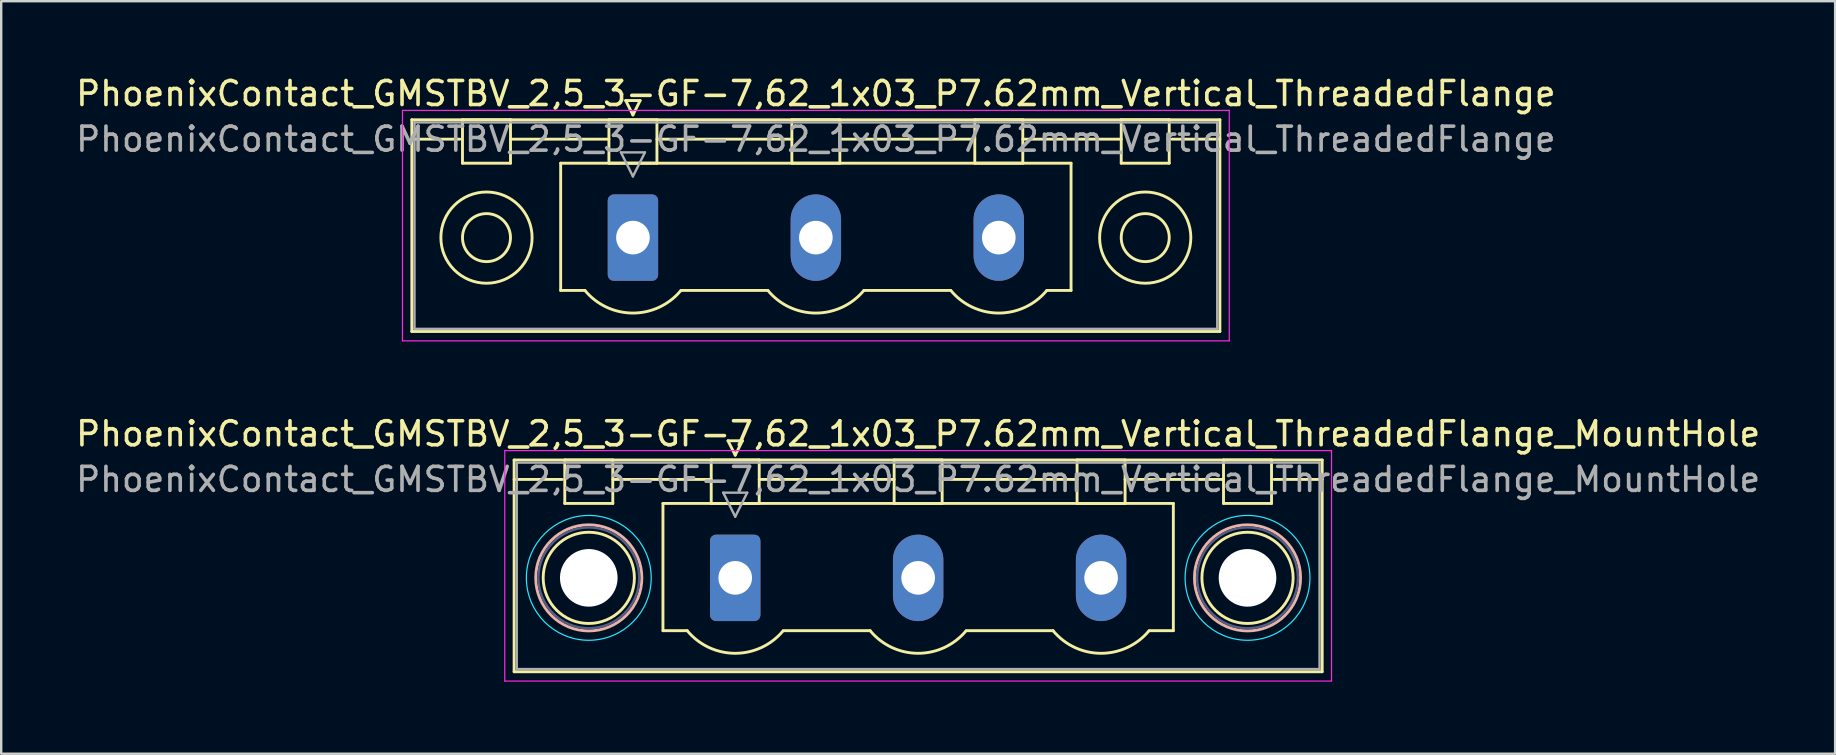
<source format=kicad_pcb>
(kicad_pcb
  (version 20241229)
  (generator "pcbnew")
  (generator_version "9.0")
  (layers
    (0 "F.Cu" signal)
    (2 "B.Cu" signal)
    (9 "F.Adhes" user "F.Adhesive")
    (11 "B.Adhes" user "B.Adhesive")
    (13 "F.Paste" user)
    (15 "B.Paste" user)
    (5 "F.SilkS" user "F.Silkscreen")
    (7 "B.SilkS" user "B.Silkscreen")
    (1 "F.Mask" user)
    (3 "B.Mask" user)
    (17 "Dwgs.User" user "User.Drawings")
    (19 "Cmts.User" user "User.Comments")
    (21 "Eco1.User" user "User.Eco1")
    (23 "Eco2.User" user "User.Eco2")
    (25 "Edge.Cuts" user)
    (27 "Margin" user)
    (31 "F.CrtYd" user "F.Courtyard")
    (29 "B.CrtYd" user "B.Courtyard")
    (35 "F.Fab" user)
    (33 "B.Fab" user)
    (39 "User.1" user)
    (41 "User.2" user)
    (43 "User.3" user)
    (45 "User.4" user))
  (footprint "PhoenixContact_GMSTBV_2,5_3-GF-7,62_1x03_P7.62mm_Vertical_ThreadedFlange_MountHole"
    (layer "F.Cu")
    (at 27.576 21.021)
    (property "Reference" "PhoenixContact_GMSTBV_2,5_3-GF-7,62_1x03_P7.62mm_Vertical_ThreadedFlange_MountHole" (at 7.62 -6 0) (layer "F.SilkS") (effects (font (size 1 1) (thickness 0.15))))
    (attr through_hole)
    (fp_line (start -9.21 -4.91) (end -9.21 3.91) (stroke (width 0.12) (type solid)) (layer "F.SilkS"))
    (fp_line (start -9.21 -4.1) (end -7.21 -4.1) (stroke (width 0.12) (type solid)) (layer "F.SilkS"))
    (fp_line (start -9.21 3.91) (end 24.45 3.91) (stroke (width 0.12) (type solid)) (layer "F.SilkS"))
    (fp_line (start -7.1 -4.91) (end -5.1 -4.91) (stroke (width 0.12) (type solid)) (layer "F.SilkS"))
    (fp_line (start -7.1 -3.1) (end -7.1 -4.91) (stroke (width 0.12) (type solid)) (layer "F.SilkS"))
    (fp_line (start -5.1 -4.91) (end -5.1 -3.1) (stroke (width 0.12) (type solid)) (layer "F.SilkS"))
    (fp_line (start -5.1 -4.1) (end -1 -4.1) (stroke (width 0.12) (type solid)) (layer "F.SilkS"))
    (fp_line (start -5.1 -3.1) (end -7.1 -3.1) (stroke (width 0.12) (type solid)) (layer "F.SilkS"))
    (fp_line (start -3.01 -3.1) (end 18.25 -3.1) (stroke (width 0.12) (type solid)) (layer "F.SilkS"))
    (fp_line (start -3.01 2.2) (end -3.01 -3.1) (stroke (width 0.12) (type solid)) (layer "F.SilkS"))
    (fp_line (start -2 2.2) (end -3.01 2.2) (stroke (width 0.12) (type solid)) (layer "F.SilkS"))
    (fp_line (start -1 -4.91) (end 1 -4.91) (stroke (width 0.12) (type solid)) (layer "F.SilkS"))
    (fp_line (start -1 -3.1) (end -1 -4.91) (stroke (width 0.12) (type solid)) (layer "F.SilkS"))
    (fp_line (start -0.3 -5.71) (end 0.3 -5.71) (stroke (width 0.12) (type solid)) (layer "F.SilkS"))
    (fp_line (start 0 -5.11) (end -0.3 -5.71) (stroke (width 0.12) (type solid)) (layer "F.SilkS"))
    (fp_line (start 0.3 -5.71) (end 0 -5.11) (stroke (width 0.12) (type solid)) (layer "F.SilkS"))
    (fp_line (start 1 -4.91) (end 1 -3.1) (stroke (width 0.12) (type solid)) (layer "F.SilkS"))
    (fp_line (start 1 -4.1) (end 6.62 -4.1) (stroke (width 0.12) (type solid)) (layer "F.SilkS"))
    (fp_line (start 1 -3.1) (end -1 -3.1) (stroke (width 0.12) (type solid)) (layer "F.SilkS"))
    (fp_line (start 2 2.2) (end 5.62 2.2) (stroke (width 0.12) (type solid)) (layer "F.SilkS"))
    (fp_line (start 6.62 -4.91) (end 8.62 -4.91) (stroke (width 0.12) (type solid)) (layer "F.SilkS"))
    (fp_line (start 6.62 -3.1) (end 6.62 -4.91) (stroke (width 0.12) (type solid)) (layer "F.SilkS"))
    (fp_line (start 8.62 -4.91) (end 8.62 -3.1) (stroke (width 0.12) (type solid)) (layer "F.SilkS"))
    (fp_line (start 8.62 -4.1) (end 14.24 -4.1) (stroke (width 0.12) (type solid)) (layer "F.SilkS"))
    (fp_line (start 8.62 -3.1) (end 6.62 -3.1) (stroke (width 0.12) (type solid)) (layer "F.SilkS"))
    (fp_line (start 9.62 2.2) (end 13.24 2.2) (stroke (width 0.12) (type solid)) (layer "F.SilkS"))
    (fp_line (start 14.24 -4.91) (end 16.24 -4.91) (stroke (width 0.12) (type solid)) (layer "F.SilkS"))
    (fp_line (start 14.24 -3.1) (end 14.24 -4.91) (stroke (width 0.12) (type solid)) (layer "F.SilkS"))
    (fp_line (start 16.24 -4.91) (end 16.24 -3.1) (stroke (width 0.12) (type solid)) (layer "F.SilkS"))
    (fp_line (start 16.24 -4.1) (end 20.34 -4.1) (stroke (width 0.12) (type solid)) (layer "F.SilkS"))
    (fp_line (start 16.24 -3.1) (end 14.24 -3.1) (stroke (width 0.12) (type solid)) (layer "F.SilkS"))
    (fp_line (start 18.25 -3.1) (end 18.25 2.2) (stroke (width 0.12) (type solid)) (layer "F.SilkS"))
    (fp_line (start 18.25 2.2) (end 17.24 2.2) (stroke (width 0.12) (type solid)) (layer "F.SilkS"))
    (fp_line (start 20.34 -4.91) (end 22.34 -4.91) (stroke (width 0.12) (type solid)) (layer "F.SilkS"))
    (fp_line (start 20.34 -3.1) (end 20.34 -4.91) (stroke (width 0.12) (type solid)) (layer "F.SilkS"))
    (fp_line (start 22.34 -4.91) (end 22.34 -3.1) (stroke (width 0.12) (type solid)) (layer "F.SilkS"))
    (fp_line (start 22.34 -3.1) (end 20.34 -3.1) (stroke (width 0.12) (type solid)) (layer "F.SilkS"))
    (fp_line (start 24.45 -4.91) (end -9.21 -4.91) (stroke (width 0.12) (type solid)) (layer "F.SilkS"))
    (fp_line (start 24.45 -4.1) (end 22.45 -4.1) (stroke (width 0.12) (type solid)) (layer "F.SilkS"))
    (fp_line (start 24.45 3.91) (end 24.45 -4.91) (stroke (width 0.12) (type solid)) (layer "F.SilkS"))
    (fp_arc (start 1.986842 2.215821) (mid -0.010289 3.142758) (end -2 2.2) (stroke (width 0.12) (type solid)) (layer "F.SilkS"))
    (fp_arc (start 9.606842 2.215821) (mid 7.609711 3.142758) (end 5.62 2.2) (stroke (width 0.12) (type solid)) (layer "F.SilkS"))
    (fp_arc (start 17.226842 2.215821) (mid 15.229711 3.142758) (end 13.24 2.2) (stroke (width 0.12) (type solid)) (layer "F.SilkS"))
    (fp_circle (center -6.1 0) (end -4.2 0) (stroke (width 0.12) (type solid)) (fill no) (layer "F.SilkS"))
    (fp_circle (center 21.34 0) (end 23.24 0) (stroke (width 0.12) (type solid)) (fill no) (layer "F.SilkS"))
    (fp_circle (center -6.1 0) (end -3.89 0) (stroke (width 0.12) (type solid)) (fill no) (layer "B.SilkS"))
    (fp_circle (center 21.34 0) (end 23.55 0) (stroke (width 0.12) (type solid)) (fill no) (layer "B.SilkS"))
    (fp_circle (center -6.1 0) (end -3.5 0) (stroke (width 0.05) (type solid)) (fill no) (layer "B.CrtYd"))
    (fp_circle (center 21.34 0) (end 23.94 0) (stroke (width 0.05) (type solid)) (fill no) (layer "B.CrtYd"))
    (fp_line (start -9.6 -5.3) (end -9.6 4.3) (stroke (width 0.05) (type solid)) (layer "F.CrtYd"))
    (fp_line (start -9.6 4.3) (end 24.84 4.3) (stroke (width 0.05) (type solid)) (layer "F.CrtYd"))
    (fp_line (start 24.84 -5.3) (end -9.6 -5.3) (stroke (width 0.05) (type solid)) (layer "F.CrtYd"))
    (fp_line (start 24.84 4.3) (end 24.84 -5.3) (stroke (width 0.05) (type solid)) (layer "F.CrtYd"))
    (fp_circle (center -6.1 0) (end -4 0) (stroke (width 0.1) (type solid)) (fill no) (layer "B.Fab"))
    (fp_circle (center 21.34 0) (end 23.44 0) (stroke (width 0.1) (type solid)) (fill no) (layer "B.Fab"))
    (fp_line (start -9.1 -4.8) (end -9.1 3.8) (stroke (width 0.1) (type solid)) (layer "F.Fab"))
    (fp_line (start -9.1 3.8) (end 24.34 3.8) (stroke (width 0.1) (type solid)) (layer "F.Fab"))
    (fp_line (start -0.5 -3.55) (end 0.5 -3.55) (stroke (width 0.1) (type solid)) (layer "F.Fab"))
    (fp_line (start 0 -2.55) (end -0.5 -3.55) (stroke (width 0.1) (type solid)) (layer "F.Fab"))
    (fp_line (start 0.5 -3.55) (end 0 -2.55) (stroke (width 0.1) (type solid)) (layer "F.Fab"))
    (fp_line (start 24.34 -4.8) (end -9.1 -4.8) (stroke (width 0.1) (type solid)) (layer "F.Fab"))
    (fp_line (start 24.34 3.8) (end 24.34 -4.8) (stroke (width 0.1) (type solid)) (layer "F.Fab"))
    (fp_text user "${REFERENCE}" (at 7.62 -4.1 0) (layer "F.Fab") (effects (font (size 1 1) (thickness 0.15))))
    (pad "" np_thru_hole circle (at -6.1 0) (size 2.4 2.4) (drill 2.4) (layers "*.Cu" "*.Mask"))
    (pad "" np_thru_hole circle (at 21.34 0) (size 2.4 2.4) (drill 2.4) (layers "*.Cu" "*.Mask"))
    (pad "1" thru_hole roundrect (at 0 0) (size 2.1 3.6) (drill 1.4) (layers "*.Cu" "*.Mask") (roundrect_rratio 0.119))
    (pad "2" thru_hole oval (at 7.62 0) (size 2.1 3.6) (drill 1.4) (layers "*.Cu" "*.Mask"))
    (pad "3" thru_hole oval (at 15.24 0) (size 2.1 3.6) (drill 1.4) (layers "*.Cu" "*.Mask")))
  (footprint "PhoenixContact_GMSTBV_2,5_3-GF-7,62_1x03_P7.62mm_Vertical_ThreadedFlange"
    (layer "F.Cu")
    (at 23.315 6.848)
    (property "Reference" "PhoenixContact_GMSTBV_2,5_3-GF-7,62_1x03_P7.62mm_Vertical_ThreadedFlange" (at 7.62 -6 0) (layer "F.SilkS") (effects (font (size 1 1) (thickness 0.15))))
    (attr through_hole)
    (fp_line (start -9.21 -4.91) (end -9.21 3.91) (stroke (width 0.12) (type solid)) (layer "F.SilkS"))
    (fp_line (start -9.21 -4.1) (end -7.21 -4.1) (stroke (width 0.12) (type solid)) (layer "F.SilkS"))
    (fp_line (start -9.21 3.91) (end 24.45 3.91) (stroke (width 0.12) (type solid)) (layer "F.SilkS"))
    (fp_line (start -7.1 -4.91) (end -5.1 -4.91) (stroke (width 0.12) (type solid)) (layer "F.SilkS"))
    (fp_line (start -7.1 -3.1) (end -7.1 -4.91) (stroke (width 0.12) (type solid)) (layer "F.SilkS"))
    (fp_line (start -5.1 -4.91) (end -5.1 -3.1) (stroke (width 0.12) (type solid)) (layer "F.SilkS"))
    (fp_line (start -5.1 -4.1) (end -1 -4.1) (stroke (width 0.12) (type solid)) (layer "F.SilkS"))
    (fp_line (start -5.1 -3.1) (end -7.1 -3.1) (stroke (width 0.12) (type solid)) (layer "F.SilkS"))
    (fp_line (start -3.01 -3.1) (end 18.25 -3.1) (stroke (width 0.12) (type solid)) (layer "F.SilkS"))
    (fp_line (start -3.01 2.2) (end -3.01 -3.1) (stroke (width 0.12) (type solid)) (layer "F.SilkS"))
    (fp_line (start -2 2.2) (end -3.01 2.2) (stroke (width 0.12) (type solid)) (layer "F.SilkS"))
    (fp_line (start -1 -4.91) (end 1 -4.91) (stroke (width 0.12) (type solid)) (layer "F.SilkS"))
    (fp_line (start -1 -3.1) (end -1 -4.91) (stroke (width 0.12) (type solid)) (layer "F.SilkS"))
    (fp_line (start -0.3 -5.71) (end 0.3 -5.71) (stroke (width 0.12) (type solid)) (layer "F.SilkS"))
    (fp_line (start 0 -5.11) (end -0.3 -5.71) (stroke (width 0.12) (type solid)) (layer "F.SilkS"))
    (fp_line (start 0.3 -5.71) (end 0 -5.11) (stroke (width 0.12) (type solid)) (layer "F.SilkS"))
    (fp_line (start 1 -4.91) (end 1 -3.1) (stroke (width 0.12) (type solid)) (layer "F.SilkS"))
    (fp_line (start 1 -4.1) (end 6.62 -4.1) (stroke (width 0.12) (type solid)) (layer "F.SilkS"))
    (fp_line (start 1 -3.1) (end -1 -3.1) (stroke (width 0.12) (type solid)) (layer "F.SilkS"))
    (fp_line (start 2 2.2) (end 5.62 2.2) (stroke (width 0.12) (type solid)) (layer "F.SilkS"))
    (fp_line (start 6.62 -4.91) (end 8.62 -4.91) (stroke (width 0.12) (type solid)) (layer "F.SilkS"))
    (fp_line (start 6.62 -3.1) (end 6.62 -4.91) (stroke (width 0.12) (type solid)) (layer "F.SilkS"))
    (fp_line (start 8.62 -4.91) (end 8.62 -3.1) (stroke (width 0.12) (type solid)) (layer "F.SilkS"))
    (fp_line (start 8.62 -4.1) (end 14.24 -4.1) (stroke (width 0.12) (type solid)) (layer "F.SilkS"))
    (fp_line (start 8.62 -3.1) (end 6.62 -3.1) (stroke (width 0.12) (type solid)) (layer "F.SilkS"))
    (fp_line (start 9.62 2.2) (end 13.24 2.2) (stroke (width 0.12) (type solid)) (layer "F.SilkS"))
    (fp_line (start 14.24 -4.91) (end 16.24 -4.91) (stroke (width 0.12) (type solid)) (layer "F.SilkS"))
    (fp_line (start 14.24 -3.1) (end 14.24 -4.91) (stroke (width 0.12) (type solid)) (layer "F.SilkS"))
    (fp_line (start 16.24 -4.91) (end 16.24 -3.1) (stroke (width 0.12) (type solid)) (layer "F.SilkS"))
    (fp_line (start 16.24 -4.1) (end 20.34 -4.1) (stroke (width 0.12) (type solid)) (layer "F.SilkS"))
    (fp_line (start 16.24 -3.1) (end 14.24 -3.1) (stroke (width 0.12) (type solid)) (layer "F.SilkS"))
    (fp_line (start 18.25 -3.1) (end 18.25 2.2) (stroke (width 0.12) (type solid)) (layer "F.SilkS"))
    (fp_line (start 18.25 2.2) (end 17.24 2.2) (stroke (width 0.12) (type solid)) (layer "F.SilkS"))
    (fp_line (start 20.34 -4.91) (end 22.34 -4.91) (stroke (width 0.12) (type solid)) (layer "F.SilkS"))
    (fp_line (start 20.34 -3.1) (end 20.34 -4.91) (stroke (width 0.12) (type solid)) (layer "F.SilkS"))
    (fp_line (start 22.34 -4.91) (end 22.34 -3.1) (stroke (width 0.12) (type solid)) (layer "F.SilkS"))
    (fp_line (start 22.34 -3.1) (end 20.34 -3.1) (stroke (width 0.12) (type solid)) (layer "F.SilkS"))
    (fp_line (start 24.45 -4.91) (end -9.21 -4.91) (stroke (width 0.12) (type solid)) (layer "F.SilkS"))
    (fp_line (start 24.45 -4.1) (end 22.45 -4.1) (stroke (width 0.12) (type solid)) (layer "F.SilkS"))
    (fp_line (start 24.45 3.91) (end 24.45 -4.91) (stroke (width 0.12) (type solid)) (layer "F.SilkS"))
    (fp_arc (start 1.986842 2.215821) (mid -0.010289 3.142758) (end -2 2.2) (stroke (width 0.12) (type solid)) (layer "F.SilkS"))
    (fp_arc (start 9.606842 2.215821) (mid 7.609711 3.142758) (end 5.62 2.2) (stroke (width 0.12) (type solid)) (layer "F.SilkS"))
    (fp_arc (start 17.226842 2.215821) (mid 15.229711 3.142758) (end 13.24 2.2) (stroke (width 0.12) (type solid)) (layer "F.SilkS"))
    (fp_circle (center -6.1 0) (end -5.1 0) (stroke (width 0.12) (type solid)) (fill no) (layer "F.SilkS"))
    (fp_circle (center -6.1 0) (end -4.2 0) (stroke (width 0.12) (type solid)) (fill no) (layer "F.SilkS"))
    (fp_circle (center 21.34 0) (end 22.34 0) (stroke (width 0.12) (type solid)) (fill no) (layer "F.SilkS"))
    (fp_circle (center 21.34 0) (end 23.24 0) (stroke (width 0.12) (type solid)) (fill no) (layer "F.SilkS"))
    (fp_line (start -9.6 -5.3) (end -9.6 4.3) (stroke (width 0.05) (type solid)) (layer "F.CrtYd"))
    (fp_line (start -9.6 4.3) (end 24.84 4.3) (stroke (width 0.05) (type solid)) (layer "F.CrtYd"))
    (fp_line (start 24.84 -5.3) (end -9.6 -5.3) (stroke (width 0.05) (type solid)) (layer "F.CrtYd"))
    (fp_line (start 24.84 4.3) (end 24.84 -5.3) (stroke (width 0.05) (type solid)) (layer "F.CrtYd"))
    (fp_line (start -9.1 -4.8) (end -9.1 3.8) (stroke (width 0.1) (type solid)) (layer "F.Fab"))
    (fp_line (start -9.1 3.8) (end 24.34 3.8) (stroke (width 0.1) (type solid)) (layer "F.Fab"))
    (fp_line (start -0.5 -3.55) (end 0.5 -3.55) (stroke (width 0.1) (type solid)) (layer "F.Fab"))
    (fp_line (start 0 -2.55) (end -0.5 -3.55) (stroke (width 0.1) (type solid)) (layer "F.Fab"))
    (fp_line (start 0.5 -3.55) (end 0 -2.55) (stroke (width 0.1) (type solid)) (layer "F.Fab"))
    (fp_line (start 24.34 -4.8) (end -9.1 -4.8) (stroke (width 0.1) (type solid)) (layer "F.Fab"))
    (fp_line (start 24.34 3.8) (end 24.34 -4.8) (stroke (width 0.1) (type solid)) (layer "F.Fab"))
    (fp_text user "${REFERENCE}" (at 7.62 -4.1 0) (layer "F.Fab") (effects (font (size 1 1) (thickness 0.15))))
    (pad "1" thru_hole roundrect (at 0 0) (size 2.1 3.6) (drill 1.4) (layers "*.Cu" "*.Mask") (roundrect_rratio 0.119))
    (pad "2" thru_hole oval (at 7.62 0) (size 2.1 3.6) (drill 1.4) (layers "*.Cu" "*.Mask"))
    (pad "3" thru_hole oval (at 15.24 0) (size 2.1 3.6) (drill 1.4) (layers "*.Cu" "*.Mask")))
  (gr_rect
    (start -3 -3)
    (end 73.393 28.346)
    (stroke (width 0.1) (type default))
    (fill no)
    (layer "Edge.Cuts")))
</source>
